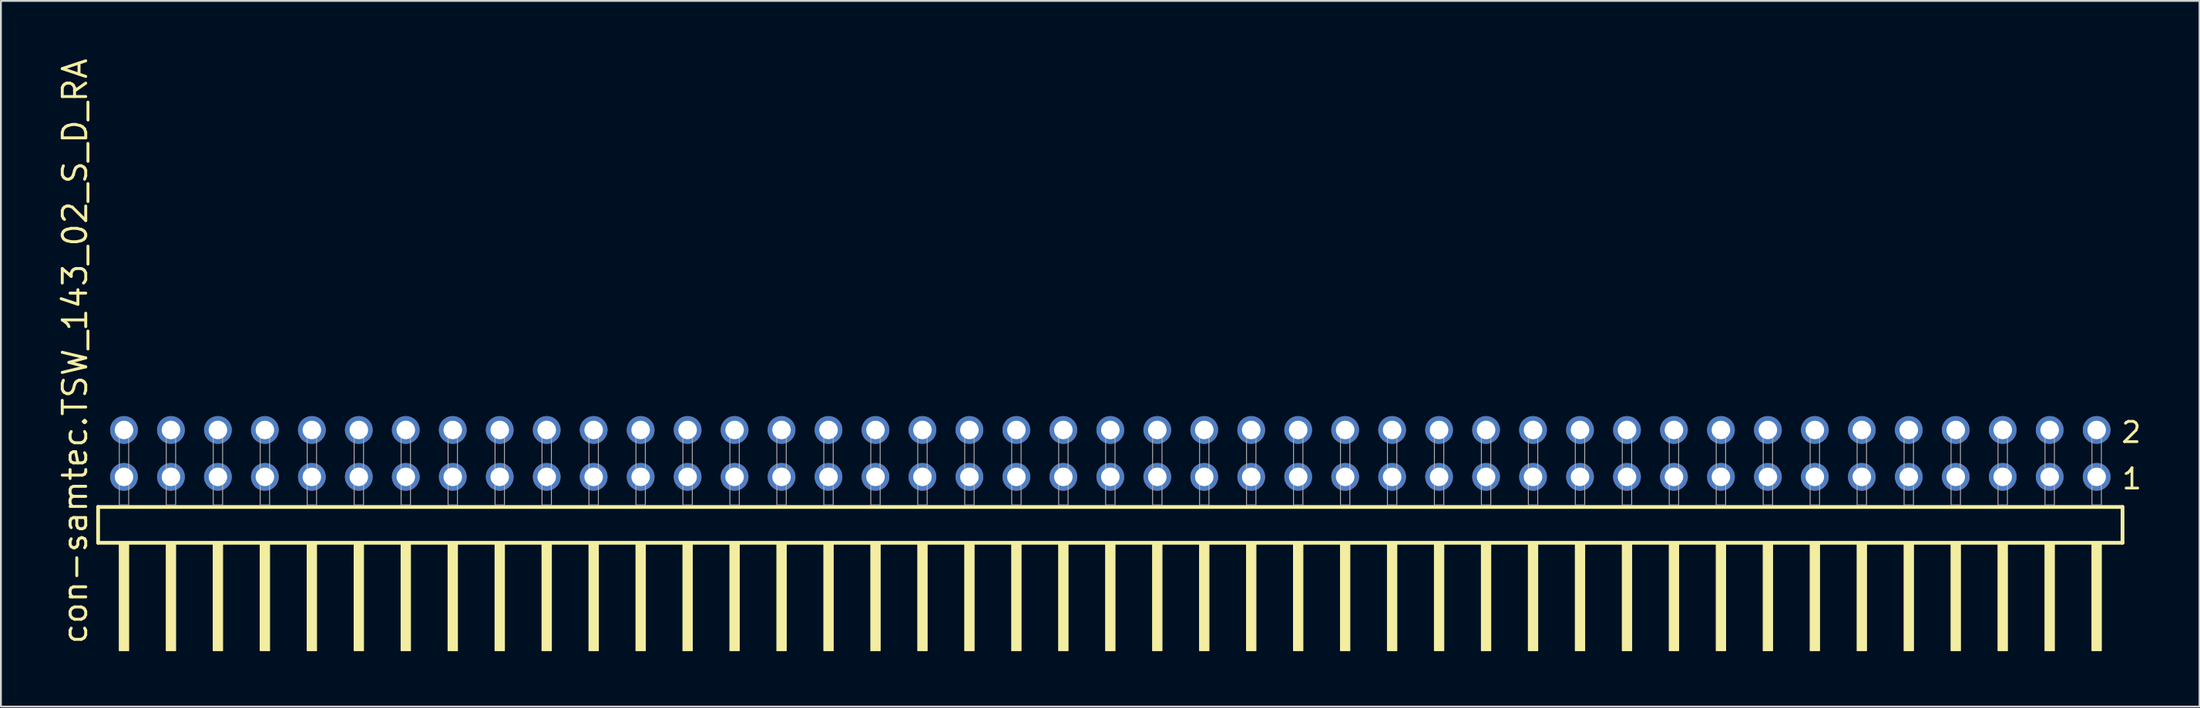
<source format=kicad_pcb>
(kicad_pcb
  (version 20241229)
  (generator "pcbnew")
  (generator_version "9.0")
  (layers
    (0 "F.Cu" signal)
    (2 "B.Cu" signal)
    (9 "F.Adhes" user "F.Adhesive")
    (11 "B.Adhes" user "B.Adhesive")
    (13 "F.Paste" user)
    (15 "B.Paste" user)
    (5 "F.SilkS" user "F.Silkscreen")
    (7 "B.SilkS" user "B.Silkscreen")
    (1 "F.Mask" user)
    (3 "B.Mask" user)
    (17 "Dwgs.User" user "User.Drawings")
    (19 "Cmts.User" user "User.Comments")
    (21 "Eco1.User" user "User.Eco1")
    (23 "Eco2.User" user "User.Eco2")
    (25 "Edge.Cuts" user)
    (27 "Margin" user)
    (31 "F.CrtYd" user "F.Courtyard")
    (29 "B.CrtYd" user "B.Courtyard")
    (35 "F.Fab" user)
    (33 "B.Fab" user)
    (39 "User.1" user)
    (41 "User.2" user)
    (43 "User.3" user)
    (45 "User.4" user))
  (footprint "con-samtec.TSW_143_02_S_D_RA"
    (layer "F.Cu")
    (at 56.995 24.296)
    (property "Reference" "con-samtec.TSW_143_02_S_D_RA" (at -55.245 7.62 90) (layer "F.SilkS") (effects (font (size 1.27 1.27) (thickness 0.16)) (justify left bottom)))
    (attr through_hole)
    (fp_line (start -54.739 0.106) (end -54.739 2.046) (stroke (width 0.203) (type default)) (layer "F.SilkS"))
    (fp_line (start -54.739 2.046) (end 54.739 2.046) (stroke (width 0.203) (type default)) (layer "F.SilkS"))
    (fp_line (start 54.739 0.106) (end -54.739 0.106) (stroke (width 0.203) (type default)) (layer "F.SilkS"))
    (fp_line (start 54.739 2.046) (end 54.739 0.106) (stroke (width 0.203) (type default)) (layer "F.SilkS"))
    (fp_rect (start -53.594 7.89) (end -53.086 2.04) (stroke (width 0.05) (type default)) (fill yes) (layer "F.SilkS"))
    (fp_rect (start -51.054 7.89) (end -50.546 2.04) (stroke (width 0.05) (type default)) (fill yes) (layer "F.SilkS"))
    (fp_rect (start -48.514 7.89) (end -48.006 2.04) (stroke (width 0.05) (type default)) (fill yes) (layer "F.SilkS"))
    (fp_rect (start -45.974 7.89) (end -45.466 2.04) (stroke (width 0.05) (type default)) (fill yes) (layer "F.SilkS"))
    (fp_rect (start -43.434 7.89) (end -42.926 2.04) (stroke (width 0.05) (type default)) (fill yes) (layer "F.SilkS"))
    (fp_rect (start -40.894 7.89) (end -40.386 2.04) (stroke (width 0.05) (type default)) (fill yes) (layer "F.SilkS"))
    (fp_rect (start -38.354 7.89) (end -37.846 2.04) (stroke (width 0.05) (type default)) (fill yes) (layer "F.SilkS"))
    (fp_rect (start -35.814 7.89) (end -35.306 2.04) (stroke (width 0.05) (type default)) (fill yes) (layer "F.SilkS"))
    (fp_rect (start -33.274 7.89) (end -32.766 2.04) (stroke (width 0.05) (type default)) (fill yes) (layer "F.SilkS"))
    (fp_rect (start -30.734 7.89) (end -30.226 2.04) (stroke (width 0.05) (type default)) (fill yes) (layer "F.SilkS"))
    (fp_rect (start -28.194 7.89) (end -27.686 2.04) (stroke (width 0.05) (type default)) (fill yes) (layer "F.SilkS"))
    (fp_rect (start -25.654 7.89) (end -25.146 2.04) (stroke (width 0.05) (type default)) (fill yes) (layer "F.SilkS"))
    (fp_rect (start -23.114 7.89) (end -22.606 2.04) (stroke (width 0.05) (type default)) (fill yes) (layer "F.SilkS"))
    (fp_rect (start -20.574 7.89) (end -20.066 2.04) (stroke (width 0.05) (type default)) (fill yes) (layer "F.SilkS"))
    (fp_rect (start -18.034 7.89) (end -17.526 2.04) (stroke (width 0.05) (type default)) (fill yes) (layer "F.SilkS"))
    (fp_rect (start -15.494 7.89) (end -14.986 2.04) (stroke (width 0.05) (type default)) (fill yes) (layer "F.SilkS"))
    (fp_rect (start -12.954 7.89) (end -12.446 2.04) (stroke (width 0.05) (type default)) (fill yes) (layer "F.SilkS"))
    (fp_rect (start -10.414 7.89) (end -9.906 2.04) (stroke (width 0.05) (type default)) (fill yes) (layer "F.SilkS"))
    (fp_rect (start -7.874 7.89) (end -7.366 2.04) (stroke (width 0.05) (type default)) (fill yes) (layer "F.SilkS"))
    (fp_rect (start -5.334 7.89) (end -4.826 2.04) (stroke (width 0.05) (type default)) (fill yes) (layer "F.SilkS"))
    (fp_rect (start -2.794 7.89) (end -2.286 2.04) (stroke (width 0.05) (type default)) (fill yes) (layer "F.SilkS"))
    (fp_rect (start -0.254 7.89) (end 0.254 2.04) (stroke (width 0.05) (type default)) (fill yes) (layer "F.SilkS"))
    (fp_rect (start 2.286 7.89) (end 2.794 2.04) (stroke (width 0.05) (type default)) (fill yes) (layer "F.SilkS"))
    (fp_rect (start 4.826 7.89) (end 5.334 2.04) (stroke (width 0.05) (type default)) (fill yes) (layer "F.SilkS"))
    (fp_rect (start 7.366 7.89) (end 7.874 2.04) (stroke (width 0.05) (type default)) (fill yes) (layer "F.SilkS"))
    (fp_rect (start 9.906 7.89) (end 10.414 2.04) (stroke (width 0.05) (type default)) (fill yes) (layer "F.SilkS"))
    (fp_rect (start 12.446 7.89) (end 12.954 2.04) (stroke (width 0.05) (type default)) (fill yes) (layer "F.SilkS"))
    (fp_rect (start 14.986 7.89) (end 15.494 2.04) (stroke (width 0.05) (type default)) (fill yes) (layer "F.SilkS"))
    (fp_rect (start 17.526 7.89) (end 18.034 2.04) (stroke (width 0.05) (type default)) (fill yes) (layer "F.SilkS"))
    (fp_rect (start 20.066 7.89) (end 20.574 2.04) (stroke (width 0.05) (type default)) (fill yes) (layer "F.SilkS"))
    (fp_rect (start 22.606 7.89) (end 23.114 2.04) (stroke (width 0.05) (type default)) (fill yes) (layer "F.SilkS"))
    (fp_rect (start 25.146 7.89) (end 25.654 2.04) (stroke (width 0.05) (type default)) (fill yes) (layer "F.SilkS"))
    (fp_rect (start 27.686 7.89) (end 28.194 2.04) (stroke (width 0.05) (type default)) (fill yes) (layer "F.SilkS"))
    (fp_rect (start 30.226 7.89) (end 30.734 2.04) (stroke (width 0.05) (type default)) (fill yes) (layer "F.SilkS"))
    (fp_rect (start 32.766 7.89) (end 33.274 2.04) (stroke (width 0.05) (type default)) (fill yes) (layer "F.SilkS"))
    (fp_rect (start 35.306 7.89) (end 35.814 2.04) (stroke (width 0.05) (type default)) (fill yes) (layer "F.SilkS"))
    (fp_rect (start 37.846 7.89) (end 38.354 2.04) (stroke (width 0.05) (type default)) (fill yes) (layer "F.SilkS"))
    (fp_rect (start 40.386 7.89) (end 40.894 2.04) (stroke (width 0.05) (type default)) (fill yes) (layer "F.SilkS"))
    (fp_rect (start 42.926 7.89) (end 43.434 2.04) (stroke (width 0.05) (type default)) (fill yes) (layer "F.SilkS"))
    (fp_rect (start 45.466 7.89) (end 45.974 2.04) (stroke (width 0.05) (type default)) (fill yes) (layer "F.SilkS"))
    (fp_rect (start 48.006 7.89) (end 48.514 2.04) (stroke (width 0.05) (type default)) (fill yes) (layer "F.SilkS"))
    (fp_rect (start 50.546 7.89) (end 51.054 2.04) (stroke (width 0.05) (type default)) (fill yes) (layer "F.SilkS"))
    (fp_rect (start 53.086 7.89) (end 53.594 2.04) (stroke (width 0.05) (type default)) (fill yes) (layer "F.SilkS"))
    (fp_rect (start -53.594 0) (end -53.086 -4.318) (stroke (width 0.05) (type default)) (fill no) (layer "F.Fab"))
    (fp_rect (start -51.054 0) (end -50.546 -4.318) (stroke (width 0.05) (type default)) (fill no) (layer "F.Fab"))
    (fp_rect (start -48.514 0) (end -48.006 -4.318) (stroke (width 0.05) (type default)) (fill no) (layer "F.Fab"))
    (fp_rect (start -45.974 0) (end -45.466 -4.318) (stroke (width 0.05) (type default)) (fill no) (layer "F.Fab"))
    (fp_rect (start -43.434 0) (end -42.926 -4.318) (stroke (width 0.05) (type default)) (fill no) (layer "F.Fab"))
    (fp_rect (start -40.894 0) (end -40.386 -4.318) (stroke (width 0.05) (type default)) (fill no) (layer "F.Fab"))
    (fp_rect (start -38.354 0) (end -37.846 -4.318) (stroke (width 0.05) (type default)) (fill no) (layer "F.Fab"))
    (fp_rect (start -35.814 0) (end -35.306 -4.318) (stroke (width 0.05) (type default)) (fill no) (layer "F.Fab"))
    (fp_rect (start -33.274 0) (end -32.766 -4.318) (stroke (width 0.05) (type default)) (fill no) (layer "F.Fab"))
    (fp_rect (start -30.734 0) (end -30.226 -4.318) (stroke (width 0.05) (type default)) (fill no) (layer "F.Fab"))
    (fp_rect (start -28.194 0) (end -27.686 -4.318) (stroke (width 0.05) (type default)) (fill no) (layer "F.Fab"))
    (fp_rect (start -25.654 0) (end -25.146 -4.318) (stroke (width 0.05) (type default)) (fill no) (layer "F.Fab"))
    (fp_rect (start -23.114 0) (end -22.606 -4.318) (stroke (width 0.05) (type default)) (fill no) (layer "F.Fab"))
    (fp_rect (start -20.574 0) (end -20.066 -4.318) (stroke (width 0.05) (type default)) (fill no) (layer "F.Fab"))
    (fp_rect (start -18.034 0) (end -17.526 -4.318) (stroke (width 0.05) (type default)) (fill no) (layer "F.Fab"))
    (fp_rect (start -15.494 0) (end -14.986 -4.318) (stroke (width 0.05) (type default)) (fill no) (layer "F.Fab"))
    (fp_rect (start -12.954 0) (end -12.446 -4.318) (stroke (width 0.05) (type default)) (fill no) (layer "F.Fab"))
    (fp_rect (start -10.414 0) (end -9.906 -4.318) (stroke (width 0.05) (type default)) (fill no) (layer "F.Fab"))
    (fp_rect (start -7.874 0) (end -7.366 -4.318) (stroke (width 0.05) (type default)) (fill no) (layer "F.Fab"))
    (fp_rect (start -5.334 0) (end -4.826 -4.318) (stroke (width 0.05) (type default)) (fill no) (layer "F.Fab"))
    (fp_rect (start -2.794 0) (end -2.286 -4.318) (stroke (width 0.05) (type default)) (fill no) (layer "F.Fab"))
    (fp_rect (start -0.254 0) (end 0.254 -4.318) (stroke (width 0.05) (type default)) (fill no) (layer "F.Fab"))
    (fp_rect (start 2.286 0) (end 2.794 -4.318) (stroke (width 0.05) (type default)) (fill no) (layer "F.Fab"))
    (fp_rect (start 4.826 0) (end 5.334 -4.318) (stroke (width 0.05) (type default)) (fill no) (layer "F.Fab"))
    (fp_rect (start 7.366 0) (end 7.874 -4.318) (stroke (width 0.05) (type default)) (fill no) (layer "F.Fab"))
    (fp_rect (start 9.906 0) (end 10.414 -4.318) (stroke (width 0.05) (type default)) (fill no) (layer "F.Fab"))
    (fp_rect (start 12.446 0) (end 12.954 -4.318) (stroke (width 0.05) (type default)) (fill no) (layer "F.Fab"))
    (fp_rect (start 14.986 0) (end 15.494 -4.318) (stroke (width 0.05) (type default)) (fill no) (layer "F.Fab"))
    (fp_rect (start 17.526 0) (end 18.034 -4.318) (stroke (width 0.05) (type default)) (fill no) (layer "F.Fab"))
    (fp_rect (start 20.066 0) (end 20.574 -4.318) (stroke (width 0.05) (type default)) (fill no) (layer "F.Fab"))
    (fp_rect (start 22.606 0) (end 23.114 -4.318) (stroke (width 0.05) (type default)) (fill no) (layer "F.Fab"))
    (fp_rect (start 25.146 0) (end 25.654 -4.318) (stroke (width 0.05) (type default)) (fill no) (layer "F.Fab"))
    (fp_rect (start 27.686 0) (end 28.194 -4.318) (stroke (width 0.05) (type default)) (fill no) (layer "F.Fab"))
    (fp_rect (start 30.226 0) (end 30.734 -4.318) (stroke (width 0.05) (type default)) (fill no) (layer "F.Fab"))
    (fp_rect (start 32.766 0) (end 33.274 -4.318) (stroke (width 0.05) (type default)) (fill no) (layer "F.Fab"))
    (fp_rect (start 35.306 0) (end 35.814 -4.318) (stroke (width 0.05) (type default)) (fill no) (layer "F.Fab"))
    (fp_rect (start 37.846 0) (end 38.354 -4.318) (stroke (width 0.05) (type default)) (fill no) (layer "F.Fab"))
    (fp_rect (start 40.386 0) (end 40.894 -4.318) (stroke (width 0.05) (type default)) (fill no) (layer "F.Fab"))
    (fp_rect (start 42.926 0) (end 43.434 -4.318) (stroke (width 0.05) (type default)) (fill no) (layer "F.Fab"))
    (fp_rect (start 45.466 0) (end 45.974 -4.318) (stroke (width 0.05) (type default)) (fill no) (layer "F.Fab"))
    (fp_rect (start 48.006 0) (end 48.514 -4.318) (stroke (width 0.05) (type default)) (fill no) (layer "F.Fab"))
    (fp_rect (start 50.546 0) (end 51.054 -4.318) (stroke (width 0.05) (type default)) (fill no) (layer "F.Fab"))
    (fp_rect (start 53.086 0) (end 53.594 -4.318) (stroke (width 0.05) (type default)) (fill no) (layer "F.Fab"))
    (fp_text user "1" (at 54.625 -0.775 0) (layer "F.SilkS") (effects (font (size 1.1 1.1) (thickness 0.15)) (justify left bottom)))
    (fp_text user "2" (at 54.59 -3.29 0) (layer "F.SilkS") (effects (font (size 1.1 1.1) (thickness 0.15)) (justify left bottom)))
    (pad "1" thru_hole circle (at 53.34 -1.524 180) (size 1.5 1.5) (drill 1) (layers "*.Cu" "*.Mask"))
    (pad "2" thru_hole circle (at 53.34 -4.064 180) (size 1.5 1.5) (drill 1) (layers "*.Cu" "*.Mask"))
    (pad "3" thru_hole circle (at 50.8 -1.524 180) (size 1.5 1.5) (drill 1) (layers "*.Cu" "*.Mask"))
    (pad "4" thru_hole circle (at 50.8 -4.064 180) (size 1.5 1.5) (drill 1) (layers "*.Cu" "*.Mask"))
    (pad "5" thru_hole circle (at 48.26 -1.524 180) (size 1.5 1.5) (drill 1) (layers "*.Cu" "*.Mask"))
    (pad "6" thru_hole circle (at 48.26 -4.064 180) (size 1.5 1.5) (drill 1) (layers "*.Cu" "*.Mask"))
    (pad "7" thru_hole circle (at 45.72 -1.524 180) (size 1.5 1.5) (drill 1) (layers "*.Cu" "*.Mask"))
    (pad "8" thru_hole circle (at 45.72 -4.064 180) (size 1.5 1.5) (drill 1) (layers "*.Cu" "*.Mask"))
    (pad "9" thru_hole circle (at 43.18 -1.524 180) (size 1.5 1.5) (drill 1) (layers "*.Cu" "*.Mask"))
    (pad "10" thru_hole circle (at 43.18 -4.064 180) (size 1.5 1.5) (drill 1) (layers "*.Cu" "*.Mask"))
    (pad "11" thru_hole circle (at 40.64 -1.524 180) (size 1.5 1.5) (drill 1) (layers "*.Cu" "*.Mask"))
    (pad "12" thru_hole circle (at 40.64 -4.064 180) (size 1.5 1.5) (drill 1) (layers "*.Cu" "*.Mask"))
    (pad "13" thru_hole circle (at 38.1 -1.524 180) (size 1.5 1.5) (drill 1) (layers "*.Cu" "*.Mask"))
    (pad "14" thru_hole circle (at 38.1 -4.064 180) (size 1.5 1.5) (drill 1) (layers "*.Cu" "*.Mask"))
    (pad "15" thru_hole circle (at 35.56 -1.524 180) (size 1.5 1.5) (drill 1) (layers "*.Cu" "*.Mask"))
    (pad "16" thru_hole circle (at 35.56 -4.064 180) (size 1.5 1.5) (drill 1) (layers "*.Cu" "*.Mask"))
    (pad "17" thru_hole circle (at 33.02 -1.524 180) (size 1.5 1.5) (drill 1) (layers "*.Cu" "*.Mask"))
    (pad "18" thru_hole circle (at 33.02 -4.064 180) (size 1.5 1.5) (drill 1) (layers "*.Cu" "*.Mask"))
    (pad "19" thru_hole circle (at 30.48 -1.524 180) (size 1.5 1.5) (drill 1) (layers "*.Cu" "*.Mask"))
    (pad "20" thru_hole circle (at 30.48 -4.064 180) (size 1.5 1.5) (drill 1) (layers "*.Cu" "*.Mask"))
    (pad "21" thru_hole circle (at 27.94 -1.524 180) (size 1.5 1.5) (drill 1) (layers "*.Cu" "*.Mask"))
    (pad "22" thru_hole circle (at 27.94 -4.064 180) (size 1.5 1.5) (drill 1) (layers "*.Cu" "*.Mask"))
    (pad "23" thru_hole circle (at 25.4 -1.524 180) (size 1.5 1.5) (drill 1) (layers "*.Cu" "*.Mask"))
    (pad "24" thru_hole circle (at 25.4 -4.064 180) (size 1.5 1.5) (drill 1) (layers "*.Cu" "*.Mask"))
    (pad "25" thru_hole circle (at 22.86 -1.524 180) (size 1.5 1.5) (drill 1) (layers "*.Cu" "*.Mask"))
    (pad "26" thru_hole circle (at 22.86 -4.064 180) (size 1.5 1.5) (drill 1) (layers "*.Cu" "*.Mask"))
    (pad "27" thru_hole circle (at 20.32 -1.524 180) (size 1.5 1.5) (drill 1) (layers "*.Cu" "*.Mask"))
    (pad "28" thru_hole circle (at 20.32 -4.064 180) (size 1.5 1.5) (drill 1) (layers "*.Cu" "*.Mask"))
    (pad "29" thru_hole circle (at 17.78 -1.524 180) (size 1.5 1.5) (drill 1) (layers "*.Cu" "*.Mask"))
    (pad "30" thru_hole circle (at 17.78 -4.064 180) (size 1.5 1.5) (drill 1) (layers "*.Cu" "*.Mask"))
    (pad "31" thru_hole circle (at 15.24 -1.524 180) (size 1.5 1.5) (drill 1) (layers "*.Cu" "*.Mask"))
    (pad "32" thru_hole circle (at 15.24 -4.064 180) (size 1.5 1.5) (drill 1) (layers "*.Cu" "*.Mask"))
    (pad "33" thru_hole circle (at 12.7 -1.524 180) (size 1.5 1.5) (drill 1) (layers "*.Cu" "*.Mask"))
    (pad "34" thru_hole circle (at 12.7 -4.064 180) (size 1.5 1.5) (drill 1) (layers "*.Cu" "*.Mask"))
    (pad "35" thru_hole circle (at 10.16 -1.524 180) (size 1.5 1.5) (drill 1) (layers "*.Cu" "*.Mask"))
    (pad "36" thru_hole circle (at 10.16 -4.064 180) (size 1.5 1.5) (drill 1) (layers "*.Cu" "*.Mask"))
    (pad "37" thru_hole circle (at 7.62 -1.524 180) (size 1.5 1.5) (drill 1) (layers "*.Cu" "*.Mask"))
    (pad "38" thru_hole circle (at 7.62 -4.064 180) (size 1.5 1.5) (drill 1) (layers "*.Cu" "*.Mask"))
    (pad "39" thru_hole circle (at 5.08 -1.524 180) (size 1.5 1.5) (drill 1) (layers "*.Cu" "*.Mask"))
    (pad "40" thru_hole circle (at 5.08 -4.064 180) (size 1.5 1.5) (drill 1) (layers "*.Cu" "*.Mask"))
    (pad "41" thru_hole circle (at 2.54 -1.524 180) (size 1.5 1.5) (drill 1) (layers "*.Cu" "*.Mask"))
    (pad "42" thru_hole circle (at 2.54 -4.064 180) (size 1.5 1.5) (drill 1) (layers "*.Cu" "*.Mask"))
    (pad "43" thru_hole circle (at 0 -1.524 180) (size 1.5 1.5) (drill 1) (layers "*.Cu" "*.Mask"))
    (pad "44" thru_hole circle (at 0 -4.064 180) (size 1.5 1.5) (drill 1) (layers "*.Cu" "*.Mask"))
    (pad "45" thru_hole circle (at -2.54 -1.524 180) (size 1.5 1.5) (drill 1) (layers "*.Cu" "*.Mask"))
    (pad "46" thru_hole circle (at -2.54 -4.064 180) (size 1.5 1.5) (drill 1) (layers "*.Cu" "*.Mask"))
    (pad "47" thru_hole circle (at -5.08 -1.524 180) (size 1.5 1.5) (drill 1) (layers "*.Cu" "*.Mask"))
    (pad "48" thru_hole circle (at -5.08 -4.064 180) (size 1.5 1.5) (drill 1) (layers "*.Cu" "*.Mask"))
    (pad "49" thru_hole circle (at -7.62 -1.524 180) (size 1.5 1.5) (drill 1) (layers "*.Cu" "*.Mask"))
    (pad "50" thru_hole circle (at -7.62 -4.064 180) (size 1.5 1.5) (drill 1) (layers "*.Cu" "*.Mask"))
    (pad "51" thru_hole circle (at -10.16 -1.524 180) (size 1.5 1.5) (drill 1) (layers "*.Cu" "*.Mask"))
    (pad "52" thru_hole circle (at -10.16 -4.064 180) (size 1.5 1.5) (drill 1) (layers "*.Cu" "*.Mask"))
    (pad "53" thru_hole circle (at -12.7 -1.524 180) (size 1.5 1.5) (drill 1) (layers "*.Cu" "*.Mask"))
    (pad "54" thru_hole circle (at -12.7 -4.064 180) (size 1.5 1.5) (drill 1) (layers "*.Cu" "*.Mask"))
    (pad "55" thru_hole circle (at -15.24 -1.524 180) (size 1.5 1.5) (drill 1) (layers "*.Cu" "*.Mask"))
    (pad "56" thru_hole circle (at -15.24 -4.064 180) (size 1.5 1.5) (drill 1) (layers "*.Cu" "*.Mask"))
    (pad "57" thru_hole circle (at -17.78 -1.524 180) (size 1.5 1.5) (drill 1) (layers "*.Cu" "*.Mask"))
    (pad "58" thru_hole circle (at -17.78 -4.064 180) (size 1.5 1.5) (drill 1) (layers "*.Cu" "*.Mask"))
    (pad "59" thru_hole circle (at -20.32 -1.524 180) (size 1.5 1.5) (drill 1) (layers "*.Cu" "*.Mask"))
    (pad "60" thru_hole circle (at -20.32 -4.064 180) (size 1.5 1.5) (drill 1) (layers "*.Cu" "*.Mask"))
    (pad "61" thru_hole circle (at -22.86 -1.524 180) (size 1.5 1.5) (drill 1) (layers "*.Cu" "*.Mask"))
    (pad "62" thru_hole circle (at -22.86 -4.064 180) (size 1.5 1.5) (drill 1) (layers "*.Cu" "*.Mask"))
    (pad "63" thru_hole circle (at -25.4 -1.524 180) (size 1.5 1.5) (drill 1) (layers "*.Cu" "*.Mask"))
    (pad "64" thru_hole circle (at -25.4 -4.064 180) (size 1.5 1.5) (drill 1) (layers "*.Cu" "*.Mask"))
    (pad "65" thru_hole circle (at -27.94 -1.524 180) (size 1.5 1.5) (drill 1) (layers "*.Cu" "*.Mask"))
    (pad "66" thru_hole circle (at -27.94 -4.064 180) (size 1.5 1.5) (drill 1) (layers "*.Cu" "*.Mask"))
    (pad "67" thru_hole circle (at -30.48 -1.524 180) (size 1.5 1.5) (drill 1) (layers "*.Cu" "*.Mask"))
    (pad "68" thru_hole circle (at -30.48 -4.064 180) (size 1.5 1.5) (drill 1) (layers "*.Cu" "*.Mask"))
    (pad "69" thru_hole circle (at -33.02 -1.524 180) (size 1.5 1.5) (drill 1) (layers "*.Cu" "*.Mask"))
    (pad "70" thru_hole circle (at -33.02 -4.064 180) (size 1.5 1.5) (drill 1) (layers "*.Cu" "*.Mask"))
    (pad "71" thru_hole circle (at -35.56 -1.524 180) (size 1.5 1.5) (drill 1) (layers "*.Cu" "*.Mask"))
    (pad "72" thru_hole circle (at -35.56 -4.064 180) (size 1.5 1.5) (drill 1) (layers "*.Cu" "*.Mask"))
    (pad "73" thru_hole circle (at -38.1 -1.524 180) (size 1.5 1.5) (drill 1) (layers "*.Cu" "*.Mask"))
    (pad "74" thru_hole circle (at -38.1 -4.064 180) (size 1.5 1.5) (drill 1) (layers "*.Cu" "*.Mask"))
    (pad "75" thru_hole circle (at -40.64 -1.524 180) (size 1.5 1.5) (drill 1) (layers "*.Cu" "*.Mask"))
    (pad "76" thru_hole circle (at -40.64 -4.064 180) (size 1.5 1.5) (drill 1) (layers "*.Cu" "*.Mask"))
    (pad "77" thru_hole circle (at -43.18 -1.524 180) (size 1.5 1.5) (drill 1) (layers "*.Cu" "*.Mask"))
    (pad "78" thru_hole circle (at -43.18 -4.064 180) (size 1.5 1.5) (drill 1) (layers "*.Cu" "*.Mask"))
    (pad "79" thru_hole circle (at -45.72 -1.524 180) (size 1.5 1.5) (drill 1) (layers "*.Cu" "*.Mask"))
    (pad "80" thru_hole circle (at -45.72 -4.064 180) (size 1.5 1.5) (drill 1) (layers "*.Cu" "*.Mask"))
    (pad "81" thru_hole circle (at -48.26 -1.524 180) (size 1.5 1.5) (drill 1) (layers "*.Cu" "*.Mask"))
    (pad "82" thru_hole circle (at -48.26 -4.064 180) (size 1.5 1.5) (drill 1) (layers "*.Cu" "*.Mask"))
    (pad "83" thru_hole circle (at -50.8 -1.524 180) (size 1.5 1.5) (drill 1) (layers "*.Cu" "*.Mask"))
    (pad "84" thru_hole circle (at -50.8 -4.064 180) (size 1.5 1.5) (drill 1) (layers "*.Cu" "*.Mask"))
    (pad "85" thru_hole circle (at -53.34 -1.524 180) (size 1.5 1.5) (drill 1) (layers "*.Cu" "*.Mask"))
    (pad "86" thru_hole circle (at -53.34 -4.064 180) (size 1.5 1.5) (drill 1) (layers "*.Cu" "*.Mask")))
  (gr_rect
    (start -3 -3)
    (end 115.898 35.211)
    (stroke (width 0.1) (type default))
    (fill no)
    (layer "Edge.Cuts")))
</source>
